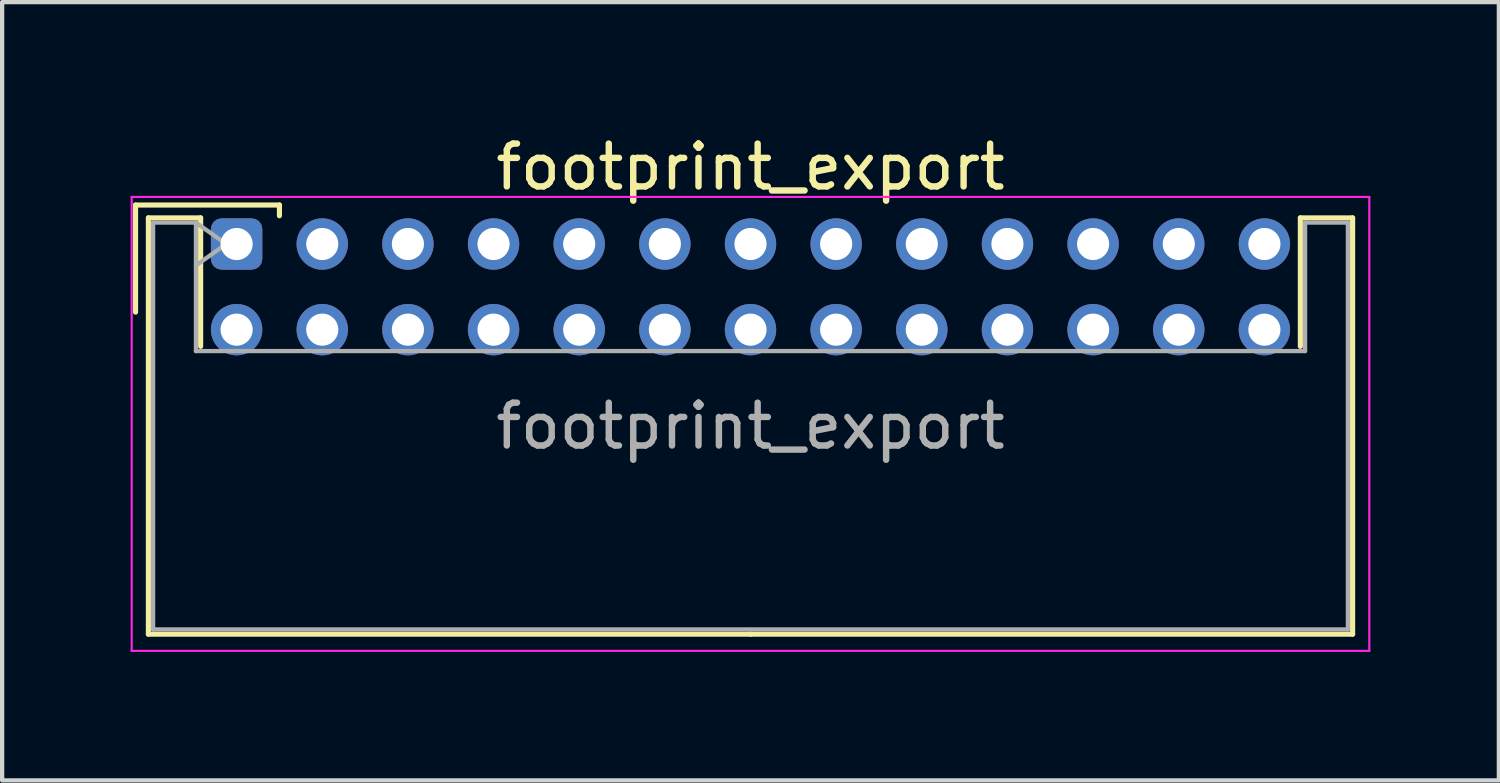
<source format=kicad_pcb>
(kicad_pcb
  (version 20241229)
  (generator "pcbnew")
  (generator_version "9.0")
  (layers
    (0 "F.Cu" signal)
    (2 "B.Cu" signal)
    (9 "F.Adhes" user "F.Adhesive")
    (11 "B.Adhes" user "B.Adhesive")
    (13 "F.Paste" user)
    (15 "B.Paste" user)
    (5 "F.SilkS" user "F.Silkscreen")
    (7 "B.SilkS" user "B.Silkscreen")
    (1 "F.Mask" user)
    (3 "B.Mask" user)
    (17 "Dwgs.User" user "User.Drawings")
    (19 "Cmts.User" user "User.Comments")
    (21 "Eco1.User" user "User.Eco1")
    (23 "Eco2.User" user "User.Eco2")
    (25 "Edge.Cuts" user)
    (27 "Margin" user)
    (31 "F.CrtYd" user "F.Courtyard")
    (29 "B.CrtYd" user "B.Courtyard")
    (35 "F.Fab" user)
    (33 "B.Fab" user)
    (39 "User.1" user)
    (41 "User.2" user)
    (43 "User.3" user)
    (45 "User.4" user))
  (footprint "footprint_export"
    (layer "F.Cu")
    (at 2.475 2.648)
    (property "Reference" "footprint_export" (at 12 -1.8 0) (layer "F.SilkS") (effects (font (size 1 1) (thickness 0.15))))
    (attr through_hole)
    (fp_line (start -2.36 -0.91) (end -2.36 1.59) (stroke (width 0.12) (type solid)) (layer "F.SilkS"))
    (fp_line (start -2.06 -0.61) (end -2.06 9.11) (stroke (width 0.12) (type solid)) (layer "F.SilkS"))
    (fp_line (start -2.06 9.11) (end 12 9.11) (stroke (width 0.12) (type solid)) (layer "F.SilkS"))
    (fp_line (start -0.84 -0.61) (end -2.06 -0.61) (stroke (width 0.12) (type solid)) (layer "F.SilkS"))
    (fp_line (start -0.84 2.39) (end -0.84 -0.61) (stroke (width 0.12) (type solid)) (layer "F.SilkS"))
    (fp_line (start 1 -0.91) (end -2.36 -0.91) (stroke (width 0.12) (type solid)) (layer "F.SilkS"))
    (fp_line (start 1 -0.66) (end 1 -0.91) (stroke (width 0.12) (type solid)) (layer "F.SilkS"))
    (fp_line (start 24.84 -0.61) (end 26.06 -0.61) (stroke (width 0.12) (type solid)) (layer "F.SilkS"))
    (fp_line (start 24.84 2.39) (end 24.84 -0.61) (stroke (width 0.12) (type solid)) (layer "F.SilkS"))
    (fp_line (start 26.06 -0.61) (end 26.06 9.11) (stroke (width 0.12) (type solid)) (layer "F.SilkS"))
    (fp_line (start 26.06 9.11) (end 12 9.11) (stroke (width 0.12) (type solid)) (layer "F.SilkS"))
    (fp_line (start -2.45 -1.1) (end -2.45 9.5) (stroke (width 0.05) (type solid)) (layer "F.CrtYd"))
    (fp_line (start -2.45 9.5) (end 26.45 9.5) (stroke (width 0.05) (type solid)) (layer "F.CrtYd"))
    (fp_line (start 26.45 -1.1) (end -2.45 -1.1) (stroke (width 0.05) (type solid)) (layer "F.CrtYd"))
    (fp_line (start 26.45 9.5) (end 26.45 -1.1) (stroke (width 0.05) (type solid)) (layer "F.CrtYd"))
    (fp_line (start -1.95 -0.5) (end -0.95 -0.5) (stroke (width 0.1) (type solid)) (layer "F.Fab"))
    (fp_line (start -1.95 9) (end -1.95 -0.5) (stroke (width 0.1) (type solid)) (layer "F.Fab"))
    (fp_line (start -0.95 -0.5) (end -0.95 2.5) (stroke (width 0.1) (type solid)) (layer "F.Fab"))
    (fp_line (start -0.95 -0.5) (end -0.243 0) (stroke (width 0.1) (type solid)) (layer "F.Fab"))
    (fp_line (start -0.95 2.5) (end 24.95 2.5) (stroke (width 0.1) (type solid)) (layer "F.Fab"))
    (fp_line (start -0.243 0) (end -0.95 0.5) (stroke (width 0.1) (type solid)) (layer "F.Fab"))
    (fp_line (start 24.95 -0.5) (end 25.95 -0.5) (stroke (width 0.1) (type solid)) (layer "F.Fab"))
    (fp_line (start 24.95 2.5) (end 24.95 -0.5) (stroke (width 0.1) (type solid)) (layer "F.Fab"))
    (fp_line (start 25.95 -0.5) (end 25.95 9) (stroke (width 0.1) (type solid)) (layer "F.Fab"))
    (fp_line (start 25.95 9) (end -1.95 9) (stroke (width 0.1) (type solid)) (layer "F.Fab"))
    (fp_text user "${REFERENCE}" (at 12 4.25 0) (layer "F.Fab") (effects (font (size 1 1) (thickness 0.15))))
    (pad "1" thru_hole roundrect (at 0 0) (size 1.2 1.2) (drill 0.75) (layers "*.Cu" "*.Mask") (roundrect_rratio 0.208))
    (pad "2" thru_hole circle (at 0 2) (size 1.2 1.2) (drill 0.75) (layers "*.Cu" "*.Mask"))
    (pad "3" thru_hole circle (at 2 0) (size 1.2 1.2) (drill 0.75) (layers "*.Cu" "*.Mask"))
    (pad "4" thru_hole circle (at 2 2) (size 1.2 1.2) (drill 0.75) (layers "*.Cu" "*.Mask"))
    (pad "5" thru_hole circle (at 4 0) (size 1.2 1.2) (drill 0.75) (layers "*.Cu" "*.Mask"))
    (pad "6" thru_hole circle (at 4 2) (size 1.2 1.2) (drill 0.75) (layers "*.Cu" "*.Mask"))
    (pad "7" thru_hole circle (at 6 0) (size 1.2 1.2) (drill 0.75) (layers "*.Cu" "*.Mask"))
    (pad "8" thru_hole circle (at 6 2) (size 1.2 1.2) (drill 0.75) (layers "*.Cu" "*.Mask"))
    (pad "9" thru_hole circle (at 8 0) (size 1.2 1.2) (drill 0.75) (layers "*.Cu" "*.Mask"))
    (pad "10" thru_hole circle (at 8 2) (size 1.2 1.2) (drill 0.75) (layers "*.Cu" "*.Mask"))
    (pad "11" thru_hole circle (at 10 0) (size 1.2 1.2) (drill 0.75) (layers "*.Cu" "*.Mask"))
    (pad "12" thru_hole circle (at 10 2) (size 1.2 1.2) (drill 0.75) (layers "*.Cu" "*.Mask"))
    (pad "13" thru_hole circle (at 12 0) (size 1.2 1.2) (drill 0.75) (layers "*.Cu" "*.Mask"))
    (pad "14" thru_hole circle (at 12 2) (size 1.2 1.2) (drill 0.75) (layers "*.Cu" "*.Mask"))
    (pad "15" thru_hole circle (at 14 0) (size 1.2 1.2) (drill 0.75) (layers "*.Cu" "*.Mask"))
    (pad "16" thru_hole circle (at 14 2) (size 1.2 1.2) (drill 0.75) (layers "*.Cu" "*.Mask"))
    (pad "17" thru_hole circle (at 16 0) (size 1.2 1.2) (drill 0.75) (layers "*.Cu" "*.Mask"))
    (pad "18" thru_hole circle (at 16 2) (size 1.2 1.2) (drill 0.75) (layers "*.Cu" "*.Mask"))
    (pad "19" thru_hole circle (at 18 0) (size 1.2 1.2) (drill 0.75) (layers "*.Cu" "*.Mask"))
    (pad "20" thru_hole circle (at 18 2) (size 1.2 1.2) (drill 0.75) (layers "*.Cu" "*.Mask"))
    (pad "21" thru_hole circle (at 20 0) (size 1.2 1.2) (drill 0.75) (layers "*.Cu" "*.Mask"))
    (pad "22" thru_hole circle (at 20 2) (size 1.2 1.2) (drill 0.75) (layers "*.Cu" "*.Mask"))
    (pad "23" thru_hole circle (at 22 0) (size 1.2 1.2) (drill 0.75) (layers "*.Cu" "*.Mask"))
    (pad "24" thru_hole circle (at 22 2) (size 1.2 1.2) (drill 0.75) (layers "*.Cu" "*.Mask"))
    (pad "25" thru_hole circle (at 24 0) (size 1.2 1.2) (drill 0.75) (layers "*.Cu" "*.Mask"))
    (pad "26" thru_hole circle (at 24 2) (size 1.2 1.2) (drill 0.75) (layers "*.Cu" "*.Mask")))
  (gr_rect
    (start -3 -3)
    (end 31.95 15.173)
    (stroke (width 0.1) (type default))
    (fill no)
    (layer "Edge.Cuts")))
</source>
